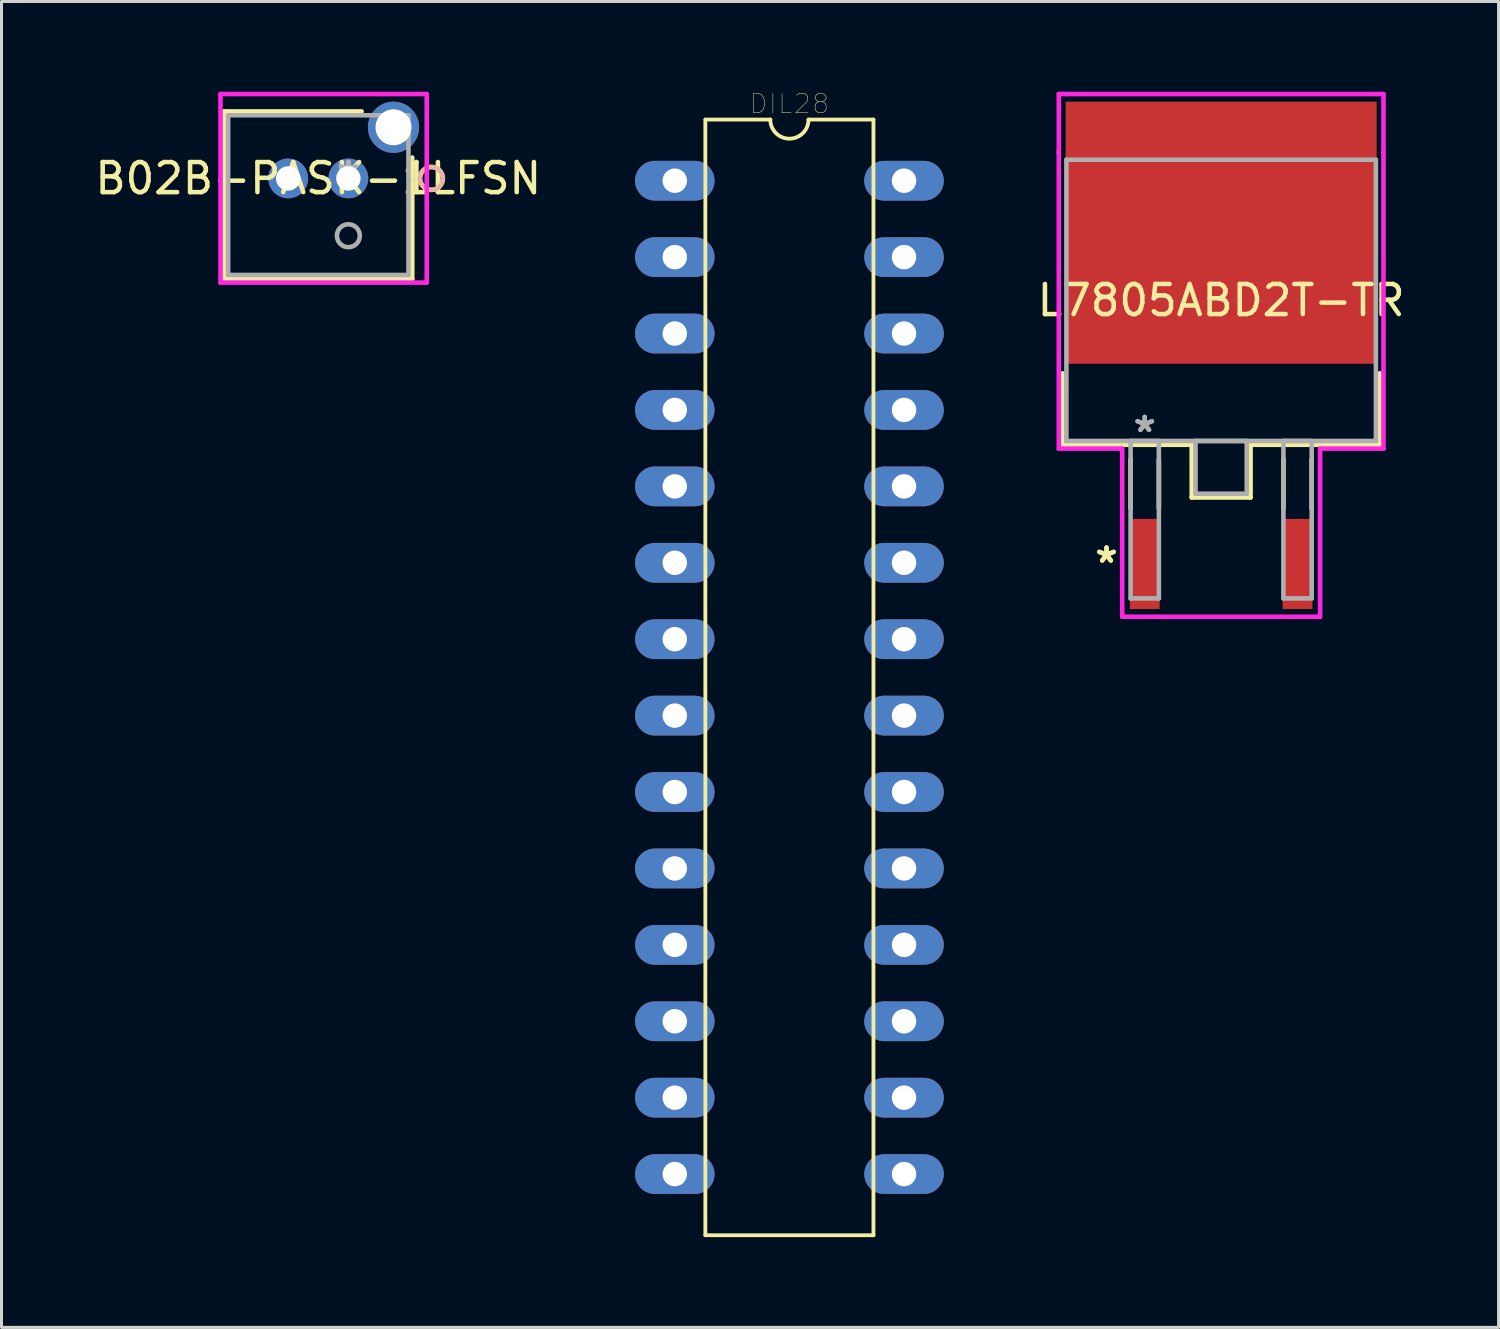
<source format=kicad_pcb>
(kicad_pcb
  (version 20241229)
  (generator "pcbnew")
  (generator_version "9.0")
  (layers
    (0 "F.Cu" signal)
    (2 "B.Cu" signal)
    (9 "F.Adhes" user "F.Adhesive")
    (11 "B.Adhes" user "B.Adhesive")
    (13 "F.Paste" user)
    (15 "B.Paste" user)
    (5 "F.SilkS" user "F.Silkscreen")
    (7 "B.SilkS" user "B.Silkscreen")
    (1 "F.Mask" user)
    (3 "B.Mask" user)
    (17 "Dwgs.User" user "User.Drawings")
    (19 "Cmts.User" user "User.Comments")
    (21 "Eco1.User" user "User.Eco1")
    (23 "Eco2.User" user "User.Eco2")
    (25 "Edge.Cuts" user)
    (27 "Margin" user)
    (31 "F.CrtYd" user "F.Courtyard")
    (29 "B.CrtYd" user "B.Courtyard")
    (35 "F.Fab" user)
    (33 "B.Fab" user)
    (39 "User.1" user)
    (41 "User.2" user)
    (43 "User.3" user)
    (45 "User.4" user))
  (footprint "DIL28"
    (layer "F.Cu")
    (at 23.19 19.467)
    (property "Reference" "DIL28" (at 0 -19.066 0) (layer "F.SilkS") (effects (font (size 0.641 0.641) (thickness 0.015))))
    (attr through_hole)
    (fp_line (start -2.794 -18.542) (end -2.794 18.542) (stroke (width 0.127) (type solid)) (layer "F.SilkS"))
    (fp_line (start -0.635 -18.542) (end -2.794 -18.542) (stroke (width 0.127) (type solid)) (layer "F.SilkS"))
    (fp_line (start 2.794 -18.542) (end 0.635 -18.542) (stroke (width 0.127) (type solid)) (layer "F.SilkS"))
    (fp_line (start 2.794 -18.542) (end 2.794 18.542) (stroke (width 0.127) (type solid)) (layer "F.SilkS"))
    (fp_line (start 2.794 18.542) (end -2.794 18.542) (stroke (width 0.127) (type solid)) (layer "F.SilkS"))
    (fp_arc (start 0.635 -18.542) (mid 0 -17.907) (end -0.635 -18.542) (stroke (width 0.127) (type solid)) (layer "F.SilkS"))
    (pad "1" thru_hole oval (at -3.81 -16.51) (size 2.642 1.321) (drill 0.813) (layers "*.Cu" "*.Mask"))
    (pad "2" thru_hole oval (at -3.81 -13.97) (size 2.642 1.321) (drill 0.813) (layers "*.Cu" "*.Mask"))
    (pad "3" thru_hole oval (at -3.81 -11.43) (size 2.642 1.321) (drill 0.813) (layers "*.Cu" "*.Mask"))
    (pad "4" thru_hole oval (at -3.81 -8.89) (size 2.642 1.321) (drill 0.813) (layers "*.Cu" "*.Mask"))
    (pad "5" thru_hole oval (at -3.81 -6.35) (size 2.642 1.321) (drill 0.813) (layers "*.Cu" "*.Mask"))
    (pad "6" thru_hole oval (at -3.81 -3.81) (size 2.642 1.321) (drill 0.813) (layers "*.Cu" "*.Mask"))
    (pad "7" thru_hole oval (at -3.81 -1.27) (size 2.642 1.321) (drill 0.813) (layers "*.Cu" "*.Mask"))
    (pad "8" thru_hole oval (at -3.81 1.27) (size 2.642 1.321) (drill 0.813) (layers "*.Cu" "*.Mask"))
    (pad "9" thru_hole oval (at -3.81 3.81) (size 2.642 1.321) (drill 0.813) (layers "*.Cu" "*.Mask"))
    (pad "10" thru_hole oval (at -3.81 6.35) (size 2.642 1.321) (drill 0.813) (layers "*.Cu" "*.Mask"))
    (pad "11" thru_hole oval (at -3.81 8.89) (size 2.642 1.321) (drill 0.813) (layers "*.Cu" "*.Mask"))
    (pad "12" thru_hole oval (at -3.81 11.43) (size 2.642 1.321) (drill 0.813) (layers "*.Cu" "*.Mask"))
    (pad "13" thru_hole oval (at -3.81 13.97) (size 2.642 1.321) (drill 0.813) (layers "*.Cu" "*.Mask"))
    (pad "14" thru_hole oval (at -3.81 16.51) (size 2.642 1.321) (drill 0.813) (layers "*.Cu" "*.Mask"))
    (pad "15" thru_hole oval (at 3.81 16.51) (size 2.642 1.321) (drill 0.813) (layers "*.Cu" "*.Mask"))
    (pad "16" thru_hole oval (at 3.81 13.97) (size 2.642 1.321) (drill 0.813) (layers "*.Cu" "*.Mask"))
    (pad "17" thru_hole oval (at 3.81 11.43) (size 2.642 1.321) (drill 0.813) (layers "*.Cu" "*.Mask"))
    (pad "18" thru_hole oval (at 3.81 8.89) (size 2.642 1.321) (drill 0.813) (layers "*.Cu" "*.Mask"))
    (pad "19" thru_hole oval (at 3.81 6.35) (size 2.642 1.321) (drill 0.813) (layers "*.Cu" "*.Mask"))
    (pad "20" thru_hole oval (at 3.81 3.81) (size 2.642 1.321) (drill 0.813) (layers "*.Cu" "*.Mask"))
    (pad "21" thru_hole oval (at 3.81 1.27) (size 2.642 1.321) (drill 0.813) (layers "*.Cu" "*.Mask"))
    (pad "22" thru_hole oval (at 3.81 -1.27) (size 2.642 1.321) (drill 0.813) (layers "*.Cu" "*.Mask"))
    (pad "23" thru_hole oval (at 3.81 -3.81) (size 2.642 1.321) (drill 0.813) (layers "*.Cu" "*.Mask"))
    (pad "24" thru_hole oval (at 3.81 -6.35) (size 2.642 1.321) (drill 0.813) (layers "*.Cu" "*.Mask"))
    (pad "25" thru_hole oval (at 3.81 -8.89) (size 2.642 1.321) (drill 0.813) (layers "*.Cu" "*.Mask"))
    (pad "26" thru_hole oval (at 3.81 -11.43) (size 2.642 1.321) (drill 0.813) (layers "*.Cu" "*.Mask"))
    (pad "27" thru_hole oval (at 3.81 -13.97) (size 2.642 1.321) (drill 0.813) (layers "*.Cu" "*.Mask"))
    (pad "28" thru_hole oval (at 3.81 -16.51) (size 2.642 1.321) (drill 0.813) (layers "*.Cu" "*.Mask")))
  (footprint "B02B-PASK-1LFSN"
    (layer "F.Cu")
    (at 8.53 2.881)
    (property "Reference" "B02B-PASK-1LFSN" (at -1 0 0) (layer "F.SilkS") (effects (font (size 1 1) (thickness 0.15))))
    (attr through_hole)
    (fp_line (start -4.124 -2.227) (end -4.124 3.336) (stroke (width 0.152) (type solid)) (layer "F.SilkS"))
    (fp_line (start -4.124 3.336) (end 2.124 3.336) (stroke (width 0.152) (type solid)) (layer "F.SilkS"))
    (fp_line (start 0.44 -2.227) (end -4.124 -2.227) (stroke (width 0.152) (type solid)) (layer "F.SilkS"))
    (fp_line (start 2.124 3.336) (end 2.124 -0.694) (stroke (width 0.152) (type solid)) (layer "F.SilkS"))
    (fp_circle (center 2.759 0) (end 3.14 0) (stroke (width 0.152) (type solid)) (fill no) (layer "F.SilkS"))
    (fp_circle (center 2.759 0) (end 3.14 0) (stroke (width 0.152) (type solid)) (fill no) (layer "B.SilkS"))
    (fp_line (start -4.251 -2.805) (end -4.251 3.463) (stroke (width 0.152) (type solid)) (layer "F.CrtYd"))
    (fp_line (start -4.251 3.463) (end 2.605 3.463) (stroke (width 0.152) (type solid)) (layer "F.CrtYd"))
    (fp_line (start 2.605 -2.805) (end -4.251 -2.805) (stroke (width 0.152) (type solid)) (layer "F.CrtYd"))
    (fp_line (start 2.605 3.463) (end 2.605 -2.805) (stroke (width 0.152) (type solid)) (layer "F.CrtYd"))
    (fp_line (start -3.997 -2.1) (end -3.997 3.209) (stroke (width 0.152) (type solid)) (layer "F.Fab"))
    (fp_line (start -3.997 3.209) (end 1.997 3.209) (stroke (width 0.152) (type solid)) (layer "F.Fab"))
    (fp_line (start 1.997 -2.1) (end -3.997 -2.1) (stroke (width 0.152) (type solid)) (layer "F.Fab"))
    (fp_line (start 1.997 3.209) (end 1.997 -2.1) (stroke (width 0.152) (type solid)) (layer "F.Fab"))
    (fp_circle (center 0 1.905) (end 0.381 1.905) (stroke (width 0.152) (type solid)) (fill no) (layer "F.Fab"))
    (fp_text user "*" (at 0 0 0) (layer "F.SilkS") (effects (font (size 1 1) (thickness 0.15))))
    (fp_text user "Copyright 2016 Accelerated Designs. All rights reserved." (at 0 0 0) (layer "Cmts.User") (effects (font (size 0.127 0.127) (thickness 0.002))))
    (fp_text user "*" (at 0 0 0) (layer "F.Fab") (effects (font (size 1 1) (thickness 0.15))))
    (pad "1" thru_hole circle (at 0.000001 0) (size 1.321 1.321) (drill 0.813) (layers "*.Cu" "*.Mask"))
    (pad "2" thru_hole circle (at -2 0) (size 1.321 1.321) (drill 0.813) (layers "*.Cu" "*.Mask"))
    (pad "3" thru_hole circle (at 1.5 -1.7) (size 1.702 1.702) (drill 1.194) (layers "*.Cu" "*.Mask")))
  (footprint "L7805ABD2T-TR"
    (layer "F.Cu")
    (at 37.541 6.934)
    (property "Reference" "L7805ABD2T-TR" (at 0 0 0) (layer "F.SilkS") (effects (font (size 1 1) (thickness 0.15))))
    (attr through_hole)
    (fp_line (start -5.271 2.425) (end -5.271 4.801) (stroke (width 0.152) (type solid)) (layer "F.SilkS"))
    (fp_line (start -5.271 4.801) (end -0.978 4.801) (stroke (width 0.152) (type solid)) (layer "F.SilkS"))
    (fp_line (start -3.01 5.283) (end -3.01 6.909) (stroke (width 0.152) (type solid)) (layer "F.SilkS"))
    (fp_line (start -2.07 5.283) (end -2.07 6.909) (stroke (width 0.152) (type solid)) (layer "F.SilkS"))
    (fp_line (start -0.978 4.801) (end -0.978 6.553) (stroke (width 0.152) (type solid)) (layer "F.SilkS"))
    (fp_line (start -0.978 6.553) (end 0.978 6.553) (stroke (width 0.152) (type solid)) (layer "F.SilkS"))
    (fp_line (start 0.978 4.801) (end 5.271 4.801) (stroke (width 0.152) (type solid)) (layer "F.SilkS"))
    (fp_line (start 0.978 6.553) (end 0.978 4.801) (stroke (width 0.152) (type solid)) (layer "F.SilkS"))
    (fp_line (start 2.07 5.283) (end 2.07 6.909) (stroke (width 0.152) (type solid)) (layer "F.SilkS"))
    (fp_line (start 3.01 5.283) (end 3.01 6.909) (stroke (width 0.152) (type solid)) (layer "F.SilkS"))
    (fp_line (start 5.271 4.801) (end 5.271 2.425) (stroke (width 0.152) (type solid)) (layer "F.SilkS"))
    (fp_line (start -5.397 -6.858) (end 5.397 -6.858) (stroke (width 0.152) (type solid)) (layer "F.CrtYd"))
    (fp_line (start -5.397 -4.928) (end -5.397 -6.858) (stroke (width 0.152) (type solid)) (layer "F.CrtYd"))
    (fp_line (start -5.397 -4.928) (end -5.397 -4.928) (stroke (width 0.152) (type solid)) (layer "F.CrtYd"))
    (fp_line (start -5.397 4.928) (end -5.397 -4.928) (stroke (width 0.152) (type solid)) (layer "F.CrtYd"))
    (fp_line (start -3.289 4.928) (end -5.397 4.928) (stroke (width 0.152) (type solid)) (layer "F.CrtYd"))
    (fp_line (start -3.289 10.516) (end -3.289 4.928) (stroke (width 0.152) (type solid)) (layer "F.CrtYd"))
    (fp_line (start 3.289 4.928) (end 3.289 10.516) (stroke (width 0.152) (type solid)) (layer "F.CrtYd"))
    (fp_line (start 3.289 10.516) (end -3.289 10.516) (stroke (width 0.152) (type solid)) (layer "F.CrtYd"))
    (fp_line (start 5.397 -6.858) (end 5.397 -4.928) (stroke (width 0.152) (type solid)) (layer "F.CrtYd"))
    (fp_line (start 5.397 -4.928) (end 5.397 -4.928) (stroke (width 0.152) (type solid)) (layer "F.CrtYd"))
    (fp_line (start 5.397 -4.928) (end 5.397 4.928) (stroke (width 0.152) (type solid)) (layer "F.CrtYd"))
    (fp_line (start 5.397 4.928) (end 3.289 4.928) (stroke (width 0.152) (type solid)) (layer "F.CrtYd"))
    (fp_line (start -5.144 -4.674) (end -5.144 4.674) (stroke (width 0.152) (type solid)) (layer "F.Fab"))
    (fp_line (start -5.144 4.674) (end 5.144 4.674) (stroke (width 0.152) (type solid)) (layer "F.Fab"))
    (fp_line (start -3.01 4.674) (end -3.01 9.906) (stroke (width 0.152) (type solid)) (layer "F.Fab"))
    (fp_line (start -3.01 9.906) (end -2.07 9.906) (stroke (width 0.152) (type solid)) (layer "F.Fab"))
    (fp_line (start -2.07 4.674) (end -3.01 4.674) (stroke (width 0.152) (type solid)) (layer "F.Fab"))
    (fp_line (start -2.07 9.906) (end -2.07 4.674) (stroke (width 0.152) (type solid)) (layer "F.Fab"))
    (fp_line (start -0.851 4.674) (end -0.851 6.426) (stroke (width 0.152) (type solid)) (layer "F.Fab"))
    (fp_line (start -0.851 6.426) (end 0.851 6.426) (stroke (width 0.152) (type solid)) (layer "F.Fab"))
    (fp_line (start 0.851 4.674) (end -0.851 4.674) (stroke (width 0.152) (type solid)) (layer "F.Fab"))
    (fp_line (start 0.851 6.426) (end 0.851 4.674) (stroke (width 0.152) (type solid)) (layer "F.Fab"))
    (fp_line (start 2.07 4.674) (end 2.07 9.906) (stroke (width 0.152) (type solid)) (layer "F.Fab"))
    (fp_line (start 2.07 9.906) (end 3.01 9.906) (stroke (width 0.152) (type solid)) (layer "F.Fab"))
    (fp_line (start 3.01 4.674) (end 2.07 4.674) (stroke (width 0.152) (type solid)) (layer "F.Fab"))
    (fp_line (start 3.01 9.906) (end 3.01 4.674) (stroke (width 0.152) (type solid)) (layer "F.Fab"))
    (fp_line (start 5.144 -4.674) (end -5.144 -4.674) (stroke (width 0.152) (type solid)) (layer "F.Fab"))
    (fp_line (start 5.144 4.674) (end 5.144 -4.674) (stroke (width 0.152) (type solid)) (layer "F.Fab"))
    (fp_text user "*" (at -3.81 8.763 0) (layer "F.SilkS") (effects (font (size 1 1) (thickness 0.15))))
    (fp_text user "*" (at -3.81 8.763 0) (layer "F.SilkS") (effects (font (size 1 1) (thickness 0.15))))
    (fp_text user "Copyright 2016 Accelerated Designs. All rights reserved." (at 0 0 0) (layer "Cmts.User") (effects (font (size 0.127 0.127) (thickness 0.002))))
    (fp_text user "*" (at -2.54 4.42 0) (layer "F.Fab") (effects (font (size 1 1) (thickness 0.15))))
    (fp_text user "*" (at -2.54 4.42 0) (layer "F.Fab") (effects (font (size 1 1) (thickness 0.15))))
    (pad "1" smd rect (at -2.54 8.763) (size 0.991 2.997) (layers "F.Cu" "F.Mask" "F.Paste"))
    (pad "2" smd rect (at 2.54 8.763) (size 0.991 2.997) (layers "F.Cu" "F.Mask" "F.Paste"))
    (pad "3" smd rect (at 0 -2.248) (size 10.338 8.712) (layers "F.Cu" "F.Mask" "F.Paste")))
  (gr_rect
    (start -3 -3)
    (end 46.762 41.073)
    (stroke (width 0.1) (type default))
    (fill no)
    (layer "Edge.Cuts")))
</source>
